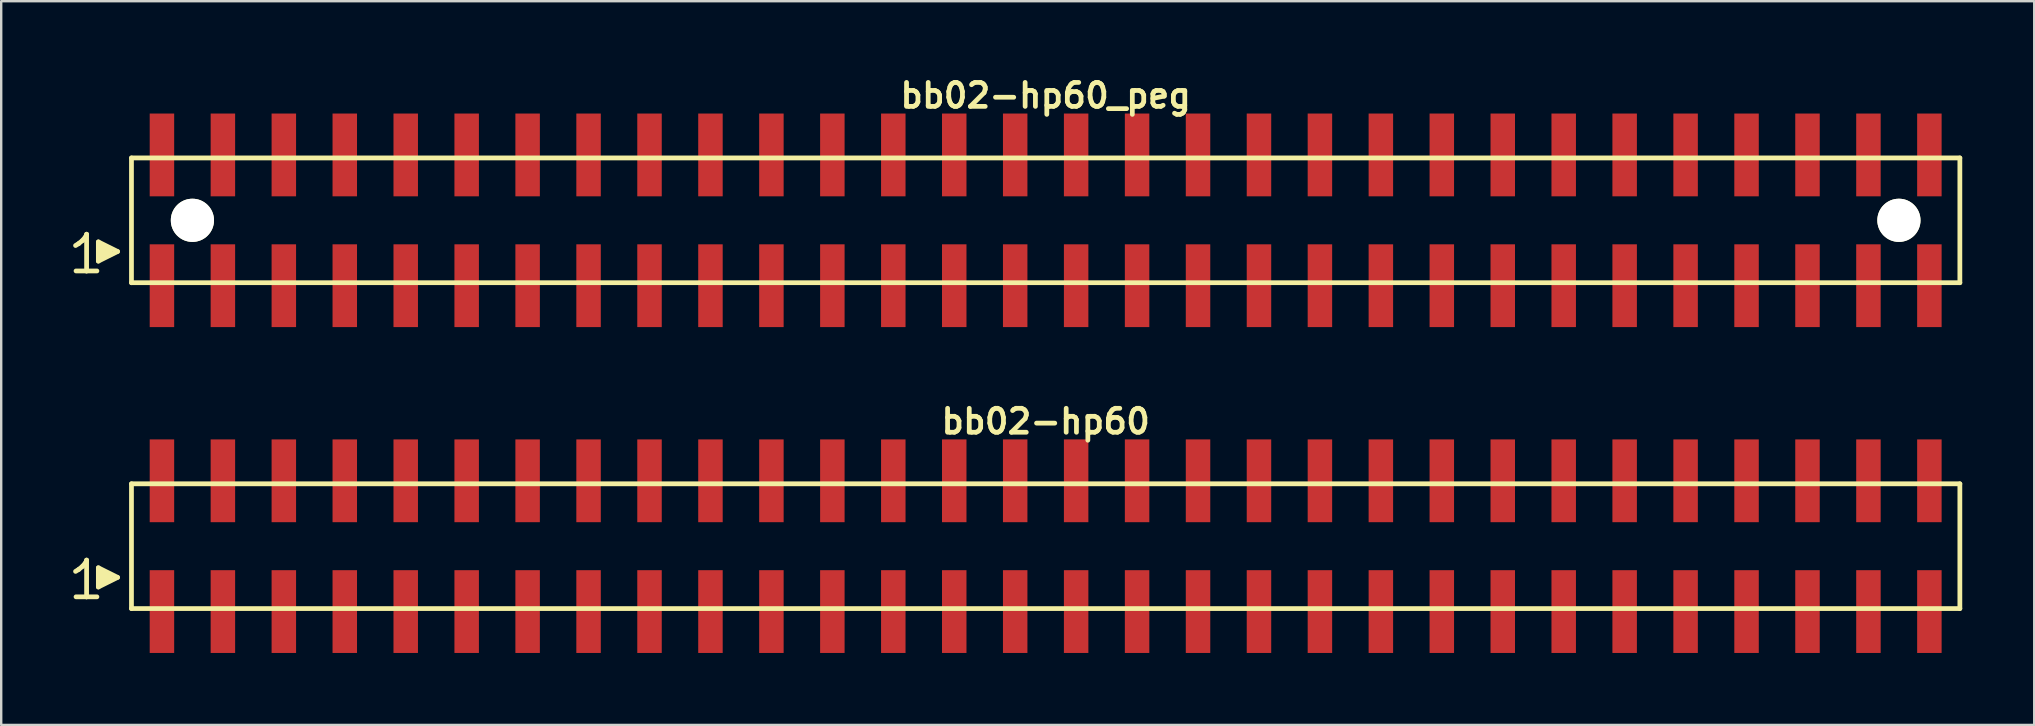
<source format=kicad_pcb>
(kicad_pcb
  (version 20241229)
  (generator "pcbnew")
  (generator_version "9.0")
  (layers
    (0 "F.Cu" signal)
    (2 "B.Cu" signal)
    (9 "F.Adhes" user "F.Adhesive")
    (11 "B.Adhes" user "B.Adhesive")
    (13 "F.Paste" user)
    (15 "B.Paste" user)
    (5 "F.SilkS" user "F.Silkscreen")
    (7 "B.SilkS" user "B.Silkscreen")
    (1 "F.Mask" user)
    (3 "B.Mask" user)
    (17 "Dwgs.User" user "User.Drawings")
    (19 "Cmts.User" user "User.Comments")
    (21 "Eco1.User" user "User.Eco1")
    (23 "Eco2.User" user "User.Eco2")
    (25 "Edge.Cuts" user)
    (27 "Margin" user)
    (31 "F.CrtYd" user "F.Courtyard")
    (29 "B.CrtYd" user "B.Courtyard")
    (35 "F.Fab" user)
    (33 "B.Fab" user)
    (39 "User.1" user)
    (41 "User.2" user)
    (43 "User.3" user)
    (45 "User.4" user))
  (footprint "bb02-hp60"
    (layer "F.Cu")
    (at 40.529 19.713)
    (property "Reference" "bb02-hp60" (at 0 -5.2 0) (layer "F.SilkS") (effects (font (size 0.998 0.998) (thickness 0.198))))
    (attr through_hole)
    (fp_line (start -40.43 1.05) (end -40.3 0.97) (stroke (width 0.198) (type solid)) (layer "F.SilkS"))
    (fp_line (start -40.3 0.97) (end -40.14 0.84) (stroke (width 0.198) (type solid)) (layer "F.SilkS"))
    (fp_line (start -40.14 0.84) (end -40 0.67) (stroke (width 0.198) (type solid)) (layer "F.SilkS"))
    (fp_line (start -40 0.67) (end -39.97 0.58) (stroke (width 0.198) (type solid)) (layer "F.SilkS"))
    (fp_line (start -39.97 0.58) (end -39.97 2.11) (stroke (width 0.198) (type solid)) (layer "F.SilkS"))
    (fp_line (start -39.97 2.11) (end -40.41 2.11) (stroke (width 0.198) (type solid)) (layer "F.SilkS"))
    (fp_line (start -39.54 2.11) (end -39.98 2.11) (stroke (width 0.198) (type solid)) (layer "F.SilkS"))
    (fp_line (start -39.48 0.9) (end -38.68 1.3) (stroke (width 0.198) (type solid)) (layer "F.SilkS"))
    (fp_line (start -39.48 1.7) (end -39.48 0.9) (stroke (width 0.198) (type solid)) (layer "F.SilkS"))
    (fp_line (start -39.38 1.6) (end -39.38 1) (stroke (width 0.198) (type solid)) (layer "F.SilkS"))
    (fp_line (start -39.28 1.1) (end -39.28 1.5) (stroke (width 0.198) (type solid)) (layer "F.SilkS"))
    (fp_line (start -39.18 1.5) (end -39.18 1.1) (stroke (width 0.198) (type solid)) (layer "F.SilkS"))
    (fp_line (start -39.08 1.2) (end -39.08 1.4) (stroke (width 0.198) (type solid)) (layer "F.SilkS"))
    (fp_line (start -38.98 1.4) (end -38.98 1.2) (stroke (width 0.198) (type solid)) (layer "F.SilkS"))
    (fp_line (start -38.68 1.3) (end -39.48 1.7) (stroke (width 0.198) (type solid)) (layer "F.SilkS"))
    (fp_line (start -38.1 -2.6) (end -38.1 2.6) (stroke (width 0.198) (type solid)) (layer "F.SilkS"))
    (fp_line (start -38.1 -2.6) (end 38.1 -2.6) (stroke (width 0.198) (type solid)) (layer "F.SilkS"))
    (fp_line (start 38.1 2.6) (end -38.1 2.6) (stroke (width 0.198) (type solid)) (layer "F.SilkS"))
    (fp_line (start 38.1 2.6) (end 38.1 -2.6) (stroke (width 0.198) (type solid)) (layer "F.SilkS"))
    (pad "1" smd rect (at -36.83 2.725) (size 1.02 3.45) (layers "F.Cu" "F.Mask" "F.Paste"))
    (pad "2" smd rect (at -36.83 -2.725) (size 1.02 3.45) (layers "F.Cu" "F.Mask" "F.Paste"))
    (pad "3" smd rect (at -34.29 2.725) (size 1.02 3.45) (layers "F.Cu" "F.Mask" "F.Paste"))
    (pad "4" smd rect (at -34.29 -2.725) (size 1.02 3.45) (layers "F.Cu" "F.Mask" "F.Paste"))
    (pad "5" smd rect (at -31.75 2.725) (size 1.02 3.45) (layers "F.Cu" "F.Mask" "F.Paste"))
    (pad "6" smd rect (at -31.75 -2.725) (size 1.02 3.45) (layers "F.Cu" "F.Mask" "F.Paste"))
    (pad "7" smd rect (at -29.21 2.725) (size 1.02 3.45) (layers "F.Cu" "F.Mask" "F.Paste"))
    (pad "8" smd rect (at -29.21 -2.725) (size 1.02 3.45) (layers "F.Cu" "F.Mask" "F.Paste"))
    (pad "9" smd rect (at -26.67 2.725) (size 1.02 3.45) (layers "F.Cu" "F.Mask" "F.Paste"))
    (pad "10" smd rect (at -26.67 -2.725) (size 1.02 3.45) (layers "F.Cu" "F.Mask" "F.Paste"))
    (pad "11" smd rect (at -24.13 2.725) (size 1.02 3.45) (layers "F.Cu" "F.Mask" "F.Paste"))
    (pad "12" smd rect (at -24.13 -2.725) (size 1.02 3.45) (layers "F.Cu" "F.Mask" "F.Paste"))
    (pad "13" smd rect (at -21.59 2.725) (size 1.02 3.45) (layers "F.Cu" "F.Mask" "F.Paste"))
    (pad "14" smd rect (at -21.59 -2.725) (size 1.02 3.45) (layers "F.Cu" "F.Mask" "F.Paste"))
    (pad "15" smd rect (at -19.05 2.725) (size 1.02 3.45) (layers "F.Cu" "F.Mask" "F.Paste"))
    (pad "16" smd rect (at -19.05 -2.725) (size 1.02 3.45) (layers "F.Cu" "F.Mask" "F.Paste"))
    (pad "17" smd rect (at -16.51 2.725) (size 1.02 3.45) (layers "F.Cu" "F.Mask" "F.Paste"))
    (pad "18" smd rect (at -16.51 -2.725) (size 1.02 3.45) (layers "F.Cu" "F.Mask" "F.Paste"))
    (pad "19" smd rect (at -13.97 2.725) (size 1.02 3.45) (layers "F.Cu" "F.Mask" "F.Paste"))
    (pad "20" smd rect (at -13.97 -2.725) (size 1.02 3.45) (layers "F.Cu" "F.Mask" "F.Paste"))
    (pad "21" smd rect (at -11.43 2.725) (size 1.02 3.45) (layers "F.Cu" "F.Mask" "F.Paste"))
    (pad "22" smd rect (at -11.43 -2.725) (size 1.02 3.45) (layers "F.Cu" "F.Mask" "F.Paste"))
    (pad "23" smd rect (at -8.89 2.725) (size 1.02 3.45) (layers "F.Cu" "F.Mask" "F.Paste"))
    (pad "24" smd rect (at -8.89 -2.725) (size 1.02 3.45) (layers "F.Cu" "F.Mask" "F.Paste"))
    (pad "25" smd rect (at -6.35 2.725) (size 1.02 3.45) (layers "F.Cu" "F.Mask" "F.Paste"))
    (pad "26" smd rect (at -6.35 -2.725) (size 1.02 3.45) (layers "F.Cu" "F.Mask" "F.Paste"))
    (pad "27" smd rect (at -3.81 2.725) (size 1.02 3.45) (layers "F.Cu" "F.Mask" "F.Paste"))
    (pad "28" smd rect (at -3.81 -2.725) (size 1.02 3.45) (layers "F.Cu" "F.Mask" "F.Paste"))
    (pad "29" smd rect (at -1.27 2.725) (size 1.02 3.45) (layers "F.Cu" "F.Mask" "F.Paste"))
    (pad "30" smd rect (at -1.27 -2.725) (size 1.02 3.45) (layers "F.Cu" "F.Mask" "F.Paste"))
    (pad "31" smd rect (at 1.27 2.725) (size 1.02 3.45) (layers "F.Cu" "F.Mask" "F.Paste"))
    (pad "32" smd rect (at 1.27 -2.725) (size 1.02 3.45) (layers "F.Cu" "F.Mask" "F.Paste"))
    (pad "33" smd rect (at 3.81 2.725) (size 1.02 3.45) (layers "F.Cu" "F.Mask" "F.Paste"))
    (pad "34" smd rect (at 3.81 -2.725) (size 1.02 3.45) (layers "F.Cu" "F.Mask" "F.Paste"))
    (pad "35" smd rect (at 6.35 2.725) (size 1.02 3.45) (layers "F.Cu" "F.Mask" "F.Paste"))
    (pad "36" smd rect (at 6.35 -2.725) (size 1.02 3.45) (layers "F.Cu" "F.Mask" "F.Paste"))
    (pad "37" smd rect (at 8.89 2.725) (size 1.02 3.45) (layers "F.Cu" "F.Mask" "F.Paste"))
    (pad "38" smd rect (at 8.89 -2.725) (size 1.02 3.45) (layers "F.Cu" "F.Mask" "F.Paste"))
    (pad "39" smd rect (at 11.43 2.725) (size 1.02 3.45) (layers "F.Cu" "F.Mask" "F.Paste"))
    (pad "40" smd rect (at 11.43 -2.725) (size 1.02 3.45) (layers "F.Cu" "F.Mask" "F.Paste"))
    (pad "41" smd rect (at 13.97 2.725) (size 1.02 3.45) (layers "F.Cu" "F.Mask" "F.Paste"))
    (pad "42" smd rect (at 13.97 -2.725) (size 1.02 3.45) (layers "F.Cu" "F.Mask" "F.Paste"))
    (pad "43" smd rect (at 16.51 2.725) (size 1.02 3.45) (layers "F.Cu" "F.Mask" "F.Paste"))
    (pad "44" smd rect (at 16.51 -2.725) (size 1.02 3.45) (layers "F.Cu" "F.Mask" "F.Paste"))
    (pad "45" smd rect (at 19.05 2.725) (size 1.02 3.45) (layers "F.Cu" "F.Mask" "F.Paste"))
    (pad "46" smd rect (at 19.05 -2.725) (size 1.02 3.45) (layers "F.Cu" "F.Mask" "F.Paste"))
    (pad "47" smd rect (at 21.59 2.725) (size 1.02 3.45) (layers "F.Cu" "F.Mask" "F.Paste"))
    (pad "48" smd rect (at 21.59 -2.725) (size 1.02 3.45) (layers "F.Cu" "F.Mask" "F.Paste"))
    (pad "49" smd rect (at 24.13 2.725) (size 1.02 3.45) (layers "F.Cu" "F.Mask" "F.Paste"))
    (pad "50" smd rect (at 24.13 -2.725) (size 1.02 3.45) (layers "F.Cu" "F.Mask" "F.Paste"))
    (pad "51" smd rect (at 26.67 2.725) (size 1.02 3.45) (layers "F.Cu" "F.Mask" "F.Paste"))
    (pad "52" smd rect (at 26.67 -2.725) (size 1.02 3.45) (layers "F.Cu" "F.Mask" "F.Paste"))
    (pad "53" smd rect (at 29.21 2.725) (size 1.02 3.45) (layers "F.Cu" "F.Mask" "F.Paste"))
    (pad "54" smd rect (at 29.21 -2.725) (size 1.02 3.45) (layers "F.Cu" "F.Mask" "F.Paste"))
    (pad "55" smd rect (at 31.75 2.725) (size 1.02 3.45) (layers "F.Cu" "F.Mask" "F.Paste"))
    (pad "56" smd rect (at 31.75 -2.725) (size 1.02 3.45) (layers "F.Cu" "F.Mask" "F.Paste"))
    (pad "57" smd rect (at 34.29 2.725) (size 1.02 3.45) (layers "F.Cu" "F.Mask" "F.Paste"))
    (pad "58" smd rect (at 34.29 -2.725) (size 1.02 3.45) (layers "F.Cu" "F.Mask" "F.Paste"))
    (pad "59" smd rect (at 36.83 2.725) (size 1.02 3.45) (layers "F.Cu" "F.Mask" "F.Paste"))
    (pad "60" smd rect (at 36.83 -2.725) (size 1.02 3.45) (layers "F.Cu" "F.Mask" "F.Paste")))
  (footprint "bb02-hp60_peg"
    (layer "F.Cu")
    (at 40.529 6.132)
    (property "Reference" "bb02-hp60_peg" (at 0 -5.2 0) (layer "F.SilkS") (effects (font (size 0.998 0.998) (thickness 0.198))))
    (attr through_hole)
    (fp_line (start -40.43 1.05) (end -40.3 0.97) (stroke (width 0.198) (type solid)) (layer "F.SilkS"))
    (fp_line (start -40.3 0.97) (end -40.14 0.84) (stroke (width 0.198) (type solid)) (layer "F.SilkS"))
    (fp_line (start -40.14 0.84) (end -40 0.67) (stroke (width 0.198) (type solid)) (layer "F.SilkS"))
    (fp_line (start -40 0.67) (end -39.97 0.58) (stroke (width 0.198) (type solid)) (layer "F.SilkS"))
    (fp_line (start -39.97 0.58) (end -39.97 2.11) (stroke (width 0.198) (type solid)) (layer "F.SilkS"))
    (fp_line (start -39.97 2.11) (end -40.41 2.11) (stroke (width 0.198) (type solid)) (layer "F.SilkS"))
    (fp_line (start -39.54 2.11) (end -39.98 2.11) (stroke (width 0.198) (type solid)) (layer "F.SilkS"))
    (fp_line (start -39.48 0.9) (end -38.68 1.3) (stroke (width 0.198) (type solid)) (layer "F.SilkS"))
    (fp_line (start -39.48 1.7) (end -39.48 0.9) (stroke (width 0.198) (type solid)) (layer "F.SilkS"))
    (fp_line (start -39.38 1.6) (end -39.38 1) (stroke (width 0.198) (type solid)) (layer "F.SilkS"))
    (fp_line (start -39.28 1.1) (end -39.28 1.5) (stroke (width 0.198) (type solid)) (layer "F.SilkS"))
    (fp_line (start -39.18 1.5) (end -39.18 1.1) (stroke (width 0.198) (type solid)) (layer "F.SilkS"))
    (fp_line (start -39.08 1.2) (end -39.08 1.4) (stroke (width 0.198) (type solid)) (layer "F.SilkS"))
    (fp_line (start -38.98 1.4) (end -38.98 1.2) (stroke (width 0.198) (type solid)) (layer "F.SilkS"))
    (fp_line (start -38.68 1.3) (end -39.48 1.7) (stroke (width 0.198) (type solid)) (layer "F.SilkS"))
    (fp_line (start -38.1 -2.6) (end -38.1 2.6) (stroke (width 0.198) (type solid)) (layer "F.SilkS"))
    (fp_line (start -38.1 -2.6) (end 38.1 -2.6) (stroke (width 0.198) (type solid)) (layer "F.SilkS"))
    (fp_line (start 38.1 2.6) (end -38.1 2.6) (stroke (width 0.198) (type solid)) (layer "F.SilkS"))
    (fp_line (start 38.1 2.6) (end 38.1 -2.6) (stroke (width 0.198) (type solid)) (layer "F.SilkS"))
    (pad "" np_thru_hole circle (at -35.56 0) (size 1.8 1.8) (drill 1.8) (layers "*.Cu" "*.Mask" "F.SilkS"))
    (pad "" np_thru_hole circle (at 35.56 0) (size 1.8 1.8) (drill 1.8) (layers "*.Cu" "*.Mask" "F.SilkS"))
    (pad "1" smd rect (at -36.83 2.725) (size 1.02 3.45) (layers "F.Cu" "F.Mask" "F.Paste"))
    (pad "2" smd rect (at -36.83 -2.725) (size 1.02 3.45) (layers "F.Cu" "F.Mask" "F.Paste"))
    (pad "3" smd rect (at -34.29 2.725) (size 1.02 3.45) (layers "F.Cu" "F.Mask" "F.Paste"))
    (pad "4" smd rect (at -34.29 -2.725) (size 1.02 3.45) (layers "F.Cu" "F.Mask" "F.Paste"))
    (pad "5" smd rect (at -31.75 2.725) (size 1.02 3.45) (layers "F.Cu" "F.Mask" "F.Paste"))
    (pad "6" smd rect (at -31.75 -2.725) (size 1.02 3.45) (layers "F.Cu" "F.Mask" "F.Paste"))
    (pad "7" smd rect (at -29.21 2.725) (size 1.02 3.45) (layers "F.Cu" "F.Mask" "F.Paste"))
    (pad "8" smd rect (at -29.21 -2.725) (size 1.02 3.45) (layers "F.Cu" "F.Mask" "F.Paste"))
    (pad "9" smd rect (at -26.67 2.725) (size 1.02 3.45) (layers "F.Cu" "F.Mask" "F.Paste"))
    (pad "10" smd rect (at -26.67 -2.725) (size 1.02 3.45) (layers "F.Cu" "F.Mask" "F.Paste"))
    (pad "11" smd rect (at -24.13 2.725) (size 1.02 3.45) (layers "F.Cu" "F.Mask" "F.Paste"))
    (pad "12" smd rect (at -24.13 -2.725) (size 1.02 3.45) (layers "F.Cu" "F.Mask" "F.Paste"))
    (pad "13" smd rect (at -21.59 2.725) (size 1.02 3.45) (layers "F.Cu" "F.Mask" "F.Paste"))
    (pad "14" smd rect (at -21.59 -2.725) (size 1.02 3.45) (layers "F.Cu" "F.Mask" "F.Paste"))
    (pad "15" smd rect (at -19.05 2.725) (size 1.02 3.45) (layers "F.Cu" "F.Mask" "F.Paste"))
    (pad "16" smd rect (at -19.05 -2.725) (size 1.02 3.45) (layers "F.Cu" "F.Mask" "F.Paste"))
    (pad "17" smd rect (at -16.51 2.725) (size 1.02 3.45) (layers "F.Cu" "F.Mask" "F.Paste"))
    (pad "18" smd rect (at -16.51 -2.725) (size 1.02 3.45) (layers "F.Cu" "F.Mask" "F.Paste"))
    (pad "19" smd rect (at -13.97 2.725) (size 1.02 3.45) (layers "F.Cu" "F.Mask" "F.Paste"))
    (pad "20" smd rect (at -13.97 -2.725) (size 1.02 3.45) (layers "F.Cu" "F.Mask" "F.Paste"))
    (pad "21" smd rect (at -11.43 2.725) (size 1.02 3.45) (layers "F.Cu" "F.Mask" "F.Paste"))
    (pad "22" smd rect (at -11.43 -2.725) (size 1.02 3.45) (layers "F.Cu" "F.Mask" "F.Paste"))
    (pad "23" smd rect (at -8.89 2.725) (size 1.02 3.45) (layers "F.Cu" "F.Mask" "F.Paste"))
    (pad "24" smd rect (at -8.89 -2.725) (size 1.02 3.45) (layers "F.Cu" "F.Mask" "F.Paste"))
    (pad "25" smd rect (at -6.35 2.725) (size 1.02 3.45) (layers "F.Cu" "F.Mask" "F.Paste"))
    (pad "26" smd rect (at -6.35 -2.725) (size 1.02 3.45) (layers "F.Cu" "F.Mask" "F.Paste"))
    (pad "27" smd rect (at -3.81 2.725) (size 1.02 3.45) (layers "F.Cu" "F.Mask" "F.Paste"))
    (pad "28" smd rect (at -3.81 -2.725) (size 1.02 3.45) (layers "F.Cu" "F.Mask" "F.Paste"))
    (pad "29" smd rect (at -1.27 2.725) (size 1.02 3.45) (layers "F.Cu" "F.Mask" "F.Paste"))
    (pad "30" smd rect (at -1.27 -2.725) (size 1.02 3.45) (layers "F.Cu" "F.Mask" "F.Paste"))
    (pad "31" smd rect (at 1.27 2.725) (size 1.02 3.45) (layers "F.Cu" "F.Mask" "F.Paste"))
    (pad "32" smd rect (at 1.27 -2.725) (size 1.02 3.45) (layers "F.Cu" "F.Mask" "F.Paste"))
    (pad "33" smd rect (at 3.81 2.725) (size 1.02 3.45) (layers "F.Cu" "F.Mask" "F.Paste"))
    (pad "34" smd rect (at 3.81 -2.725) (size 1.02 3.45) (layers "F.Cu" "F.Mask" "F.Paste"))
    (pad "35" smd rect (at 6.35 2.725) (size 1.02 3.45) (layers "F.Cu" "F.Mask" "F.Paste"))
    (pad "36" smd rect (at 6.35 -2.725) (size 1.02 3.45) (layers "F.Cu" "F.Mask" "F.Paste"))
    (pad "37" smd rect (at 8.89 2.725) (size 1.02 3.45) (layers "F.Cu" "F.Mask" "F.Paste"))
    (pad "38" smd rect (at 8.89 -2.725) (size 1.02 3.45) (layers "F.Cu" "F.Mask" "F.Paste"))
    (pad "39" smd rect (at 11.43 2.725) (size 1.02 3.45) (layers "F.Cu" "F.Mask" "F.Paste"))
    (pad "40" smd rect (at 11.43 -2.725) (size 1.02 3.45) (layers "F.Cu" "F.Mask" "F.Paste"))
    (pad "41" smd rect (at 13.97 2.725) (size 1.02 3.45) (layers "F.Cu" "F.Mask" "F.Paste"))
    (pad "42" smd rect (at 13.97 -2.725) (size 1.02 3.45) (layers "F.Cu" "F.Mask" "F.Paste"))
    (pad "43" smd rect (at 16.51 2.725) (size 1.02 3.45) (layers "F.Cu" "F.Mask" "F.Paste"))
    (pad "44" smd rect (at 16.51 -2.725) (size 1.02 3.45) (layers "F.Cu" "F.Mask" "F.Paste"))
    (pad "45" smd rect (at 19.05 2.725) (size 1.02 3.45) (layers "F.Cu" "F.Mask" "F.Paste"))
    (pad "46" smd rect (at 19.05 -2.725) (size 1.02 3.45) (layers "F.Cu" "F.Mask" "F.Paste"))
    (pad "47" smd rect (at 21.59 2.725) (size 1.02 3.45) (layers "F.Cu" "F.Mask" "F.Paste"))
    (pad "48" smd rect (at 21.59 -2.725) (size 1.02 3.45) (layers "F.Cu" "F.Mask" "F.Paste"))
    (pad "49" smd rect (at 24.13 2.725) (size 1.02 3.45) (layers "F.Cu" "F.Mask" "F.Paste"))
    (pad "50" smd rect (at 24.13 -2.725) (size 1.02 3.45) (layers "F.Cu" "F.Mask" "F.Paste"))
    (pad "51" smd rect (at 26.67 2.725) (size 1.02 3.45) (layers "F.Cu" "F.Mask" "F.Paste"))
    (pad "52" smd rect (at 26.67 -2.725) (size 1.02 3.45) (layers "F.Cu" "F.Mask" "F.Paste"))
    (pad "53" smd rect (at 29.21 2.725) (size 1.02 3.45) (layers "F.Cu" "F.Mask" "F.Paste"))
    (pad "54" smd rect (at 29.21 -2.725) (size 1.02 3.45) (layers "F.Cu" "F.Mask" "F.Paste"))
    (pad "55" smd rect (at 31.75 2.725) (size 1.02 3.45) (layers "F.Cu" "F.Mask" "F.Paste"))
    (pad "56" smd rect (at 31.75 -2.725) (size 1.02 3.45) (layers "F.Cu" "F.Mask" "F.Paste"))
    (pad "57" smd rect (at 34.29 2.725) (size 1.02 3.45) (layers "F.Cu" "F.Mask" "F.Paste"))
    (pad "58" smd rect (at 34.29 -2.725) (size 1.02 3.45) (layers "F.Cu" "F.Mask" "F.Paste"))
    (pad "59" smd rect (at 36.83 2.725) (size 1.02 3.45) (layers "F.Cu" "F.Mask" "F.Paste"))
    (pad "60" smd rect (at 36.83 -2.725) (size 1.02 3.45) (layers "F.Cu" "F.Mask" "F.Paste")))
  (gr_rect
    (start -3 -3)
    (end 81.728 27.163)
    (stroke (width 0.1) (type default))
    (fill no)
    (layer "Edge.Cuts")))
</source>
